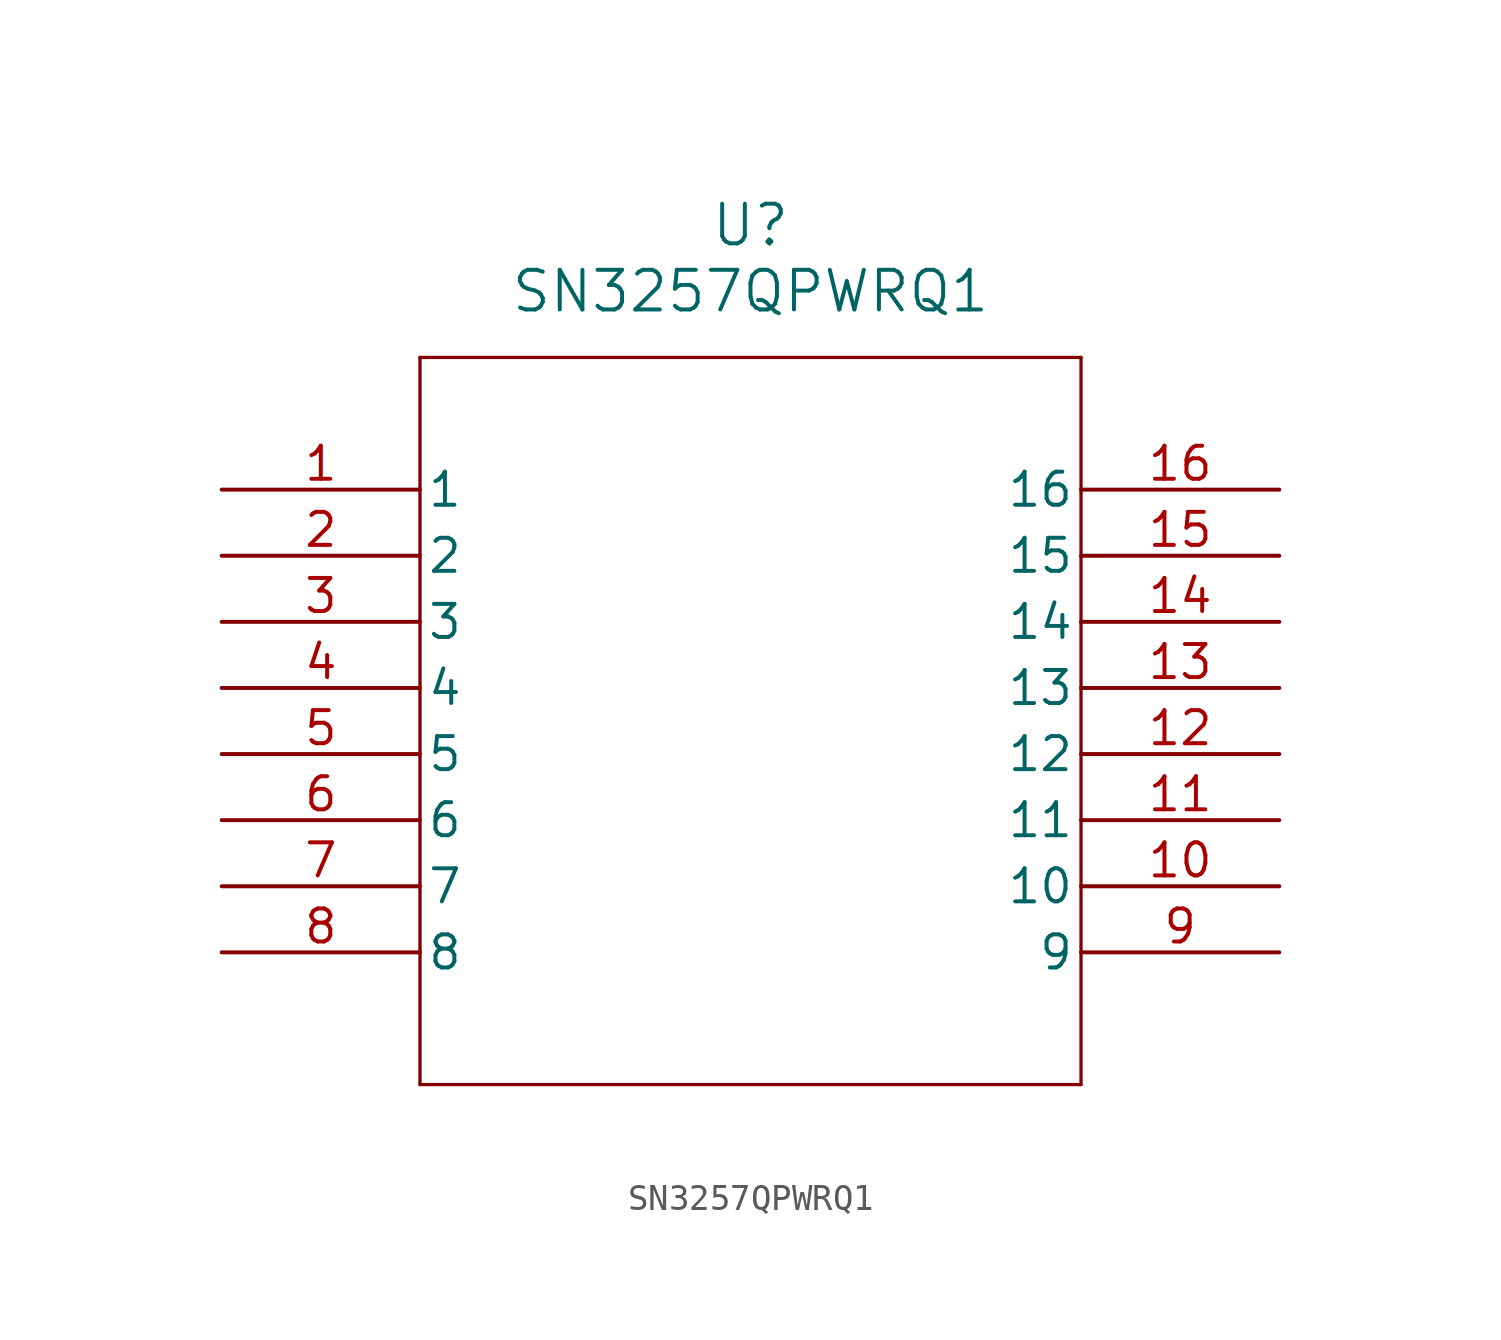
<source format=kicad_sym>
(kicad_symbol_lib
  (version 20211014)
  (generator kicad_symbol_editor)
  (symbol "SN3257QPWRQ1"
    (pin_names
      (offset 0.254))
    (property "Reference" "U"
      (at 20.32 10.16 0)
      (effects (font (size 1.524 1.524))))
    (property "Value" "SN3257QPWRQ1"
      (at 20.32 7.62 0)
      (effects (font (size 1.524 1.524))))
    (symbol "SN3257QPWRQ1_0_1"
      (polyline (pts (xy 7.62 5.08) (xy 7.62 -22.86)) (stroke (width 0.127) (type default) (color 0 0 0 0)) (fill (type none)))
      (polyline (pts (xy 7.62 -22.86) (xy 33.02 -22.86)) (stroke (width 0.127) (type default) (color 0 0 0 0)) (fill (type none)))
      (polyline (pts (xy 33.02 -22.86) (xy 33.02 5.08)) (stroke (width 0.127) (type default) (color 0 0 0 0)) (fill (type none)))
      (polyline (pts (xy 33.02 5.08) (xy 7.62 5.08)) (stroke (width 0.127) (type default) (color 0 0 0 0)) (fill (type none)))
      (pin unspecified line (at 0 0 0) (length 7.62) (name "1" (effects (font (size 1.27 1.27)))) (number "1" (effects (font (size 1.27 1.27)))))
      (pin unspecified line (at 0 -2.54 0) (length 7.62) (name "2" (effects (font (size 1.27 1.27)))) (number "2" (effects (font (size 1.27 1.27)))))
      (pin unspecified line (at 0 -5.08 0) (length 7.62) (name "3" (effects (font (size 1.27 1.27)))) (number "3" (effects (font (size 1.27 1.27)))))
      (pin unspecified line (at 0 -7.62 0) (length 7.62) (name "4" (effects (font (size 1.27 1.27)))) (number "4" (effects (font (size 1.27 1.27)))))
      (pin unspecified line (at 0 -10.16 0) (length 7.62) (name "5" (effects (font (size 1.27 1.27)))) (number "5" (effects (font (size 1.27 1.27)))))
      (pin unspecified line (at 0 -12.7 0) (length 7.62) (name "6" (effects (font (size 1.27 1.27)))) (number "6" (effects (font (size 1.27 1.27)))))
      (pin unspecified line (at 0 -15.24 0) (length 7.62) (name "7" (effects (font (size 1.27 1.27)))) (number "7" (effects (font (size 1.27 1.27)))))
      (pin unspecified line (at 0 -17.78 0) (length 7.62) (name "8" (effects (font (size 1.27 1.27)))) (number "8" (effects (font (size 1.27 1.27)))))
      (pin unspecified line (at 40.64 -17.78 180) (length 7.62) (name "9" (effects (font (size 1.27 1.27)))) (number "9" (effects (font (size 1.27 1.27)))))
      (pin unspecified line (at 40.64 -15.24 180) (length 7.62) (name "10" (effects (font (size 1.27 1.27)))) (number "10" (effects (font (size 1.27 1.27)))))
      (pin unspecified line (at 40.64 -12.7 180) (length 7.62) (name "11" (effects (font (size 1.27 1.27)))) (number "11" (effects (font (size 1.27 1.27)))))
      (pin unspecified line (at 40.64 -10.16 180) (length 7.62) (name "12" (effects (font (size 1.27 1.27)))) (number "12" (effects (font (size 1.27 1.27)))))
      (pin unspecified line (at 40.64 -7.62 180) (length 7.62) (name "13" (effects (font (size 1.27 1.27)))) (number "13" (effects (font (size 1.27 1.27)))))
      (pin unspecified line (at 40.64 -5.08 180) (length 7.62) (name "14" (effects (font (size 1.27 1.27)))) (number "14" (effects (font (size 1.27 1.27)))))
      (pin unspecified line (at 40.64 -2.54 180) (length 7.62) (name "15" (effects (font (size 1.27 1.27)))) (number "15" (effects (font (size 1.27 1.27)))))
      (pin unspecified line (at 40.64 0 180) (length 7.62) (name "16" (effects (font (size 1.27 1.27)))) (number "16" (effects (font (size 1.27 1.27))))))))
</source>
